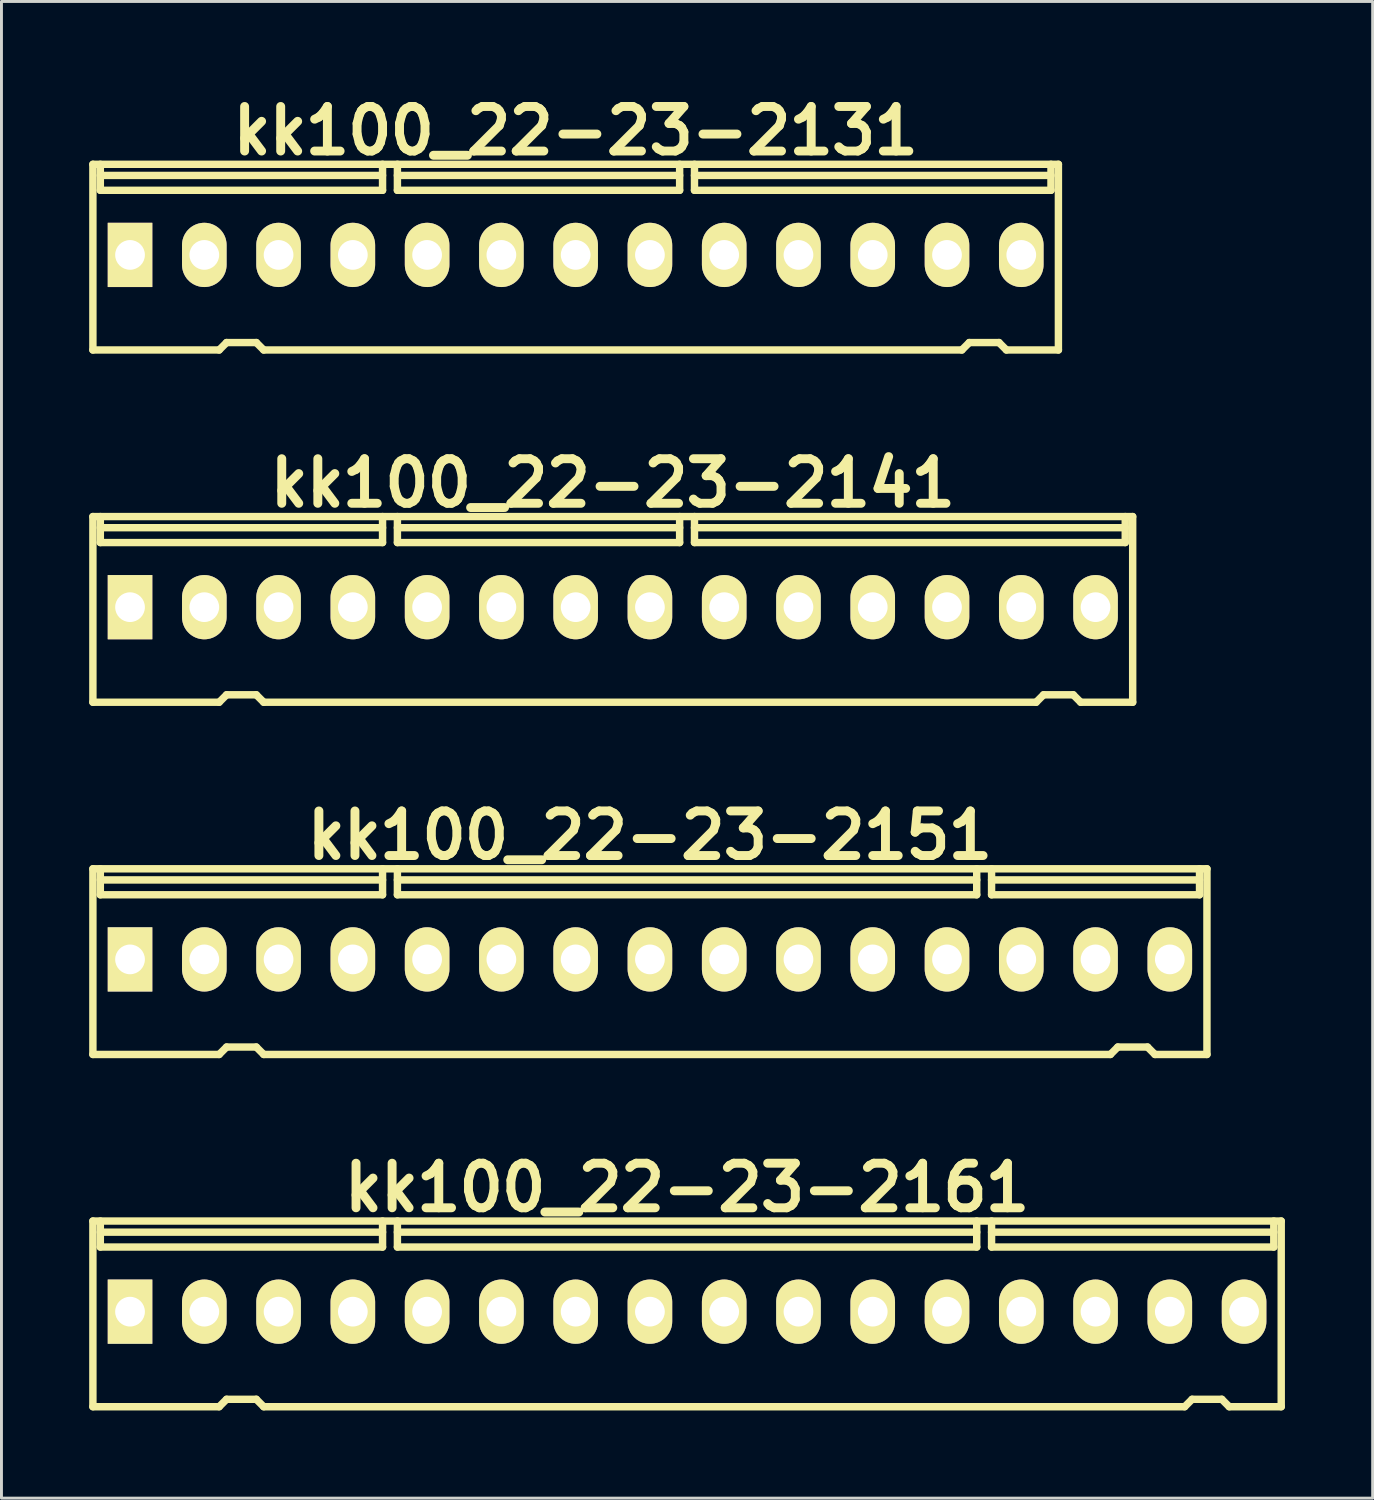
<source format=kicad_pcb>
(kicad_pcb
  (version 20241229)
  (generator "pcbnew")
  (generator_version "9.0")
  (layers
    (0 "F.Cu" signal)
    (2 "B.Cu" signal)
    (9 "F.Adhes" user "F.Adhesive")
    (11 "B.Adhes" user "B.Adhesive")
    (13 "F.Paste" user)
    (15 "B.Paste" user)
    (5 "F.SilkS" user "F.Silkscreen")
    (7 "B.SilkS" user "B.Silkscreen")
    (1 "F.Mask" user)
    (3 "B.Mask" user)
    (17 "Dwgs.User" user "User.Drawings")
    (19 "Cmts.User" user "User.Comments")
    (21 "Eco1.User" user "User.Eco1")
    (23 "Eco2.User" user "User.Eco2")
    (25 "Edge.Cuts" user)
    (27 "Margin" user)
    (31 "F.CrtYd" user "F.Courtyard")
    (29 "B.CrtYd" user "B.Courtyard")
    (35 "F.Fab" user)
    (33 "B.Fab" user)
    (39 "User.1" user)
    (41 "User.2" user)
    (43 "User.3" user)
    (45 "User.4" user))
  (footprint "kk100_22-23-2161"
    (layer "F.Cu")
    (at 20.447 41.884)
    (property "Reference" "kk100_22-23-2161" (at 0 -4.318 0) (layer "F.SilkS") (effects (font (size 1.524 1.524) (thickness 0.305))))
    (attr through_hole)
    (fp_line (start -20.32 3.175) (end -20.32 -3.175) (stroke (width 0.254) (type solid)) (layer "F.SilkS"))
    (fp_line (start -20.066 -2.286) (end -20.066 -3.175) (stroke (width 0.254) (type solid)) (layer "F.SilkS"))
    (fp_line (start -16.002 3.175) (end -20.32 3.175) (stroke (width 0.254) (type solid)) (layer "F.SilkS"))
    (fp_line (start -15.748 2.921) (end -16.002 3.175) (stroke (width 0.254) (type solid)) (layer "F.SilkS"))
    (fp_line (start -15.748 2.921) (end -14.732 2.921) (stroke (width 0.254) (type solid)) (layer "F.SilkS"))
    (fp_line (start -14.732 2.921) (end -14.478 3.175) (stroke (width 0.254) (type solid)) (layer "F.SilkS"))
    (fp_line (start -14.478 3.175) (end 17.018 3.175) (stroke (width 0.254) (type solid)) (layer "F.SilkS"))
    (fp_line (start -10.414 -2.794) (end -20.066 -2.794) (stroke (width 0.254) (type solid)) (layer "F.SilkS"))
    (fp_line (start -10.414 -2.286) (end -20.066 -2.286) (stroke (width 0.254) (type solid)) (layer "F.SilkS"))
    (fp_line (start -10.414 -2.286) (end -10.414 -3.175) (stroke (width 0.254) (type solid)) (layer "F.SilkS"))
    (fp_line (start -9.906 -2.794) (end 9.906 -2.794) (stroke (width 0.254) (type solid)) (layer "F.SilkS"))
    (fp_line (start -9.906 -2.286) (end -9.906 -3.175) (stroke (width 0.254) (type solid)) (layer "F.SilkS"))
    (fp_line (start 9.906 -2.286) (end -9.906 -2.286) (stroke (width 0.254) (type solid)) (layer "F.SilkS"))
    (fp_line (start 9.906 -2.286) (end 9.906 -3.175) (stroke (width 0.254) (type solid)) (layer "F.SilkS"))
    (fp_line (start 10.414 -2.794) (end 20.066 -2.794) (stroke (width 0.254) (type solid)) (layer "F.SilkS"))
    (fp_line (start 10.414 -2.286) (end 10.414 -3.175) (stroke (width 0.254) (type solid)) (layer "F.SilkS"))
    (fp_line (start 10.414 -2.286) (end 20.066 -2.286) (stroke (width 0.254) (type solid)) (layer "F.SilkS"))
    (fp_line (start 17.272 2.921) (end 17.018 3.175) (stroke (width 0.254) (type solid)) (layer "F.SilkS"))
    (fp_line (start 17.272 2.921) (end 18.288 2.921) (stroke (width 0.254) (type solid)) (layer "F.SilkS"))
    (fp_line (start 18.288 2.921) (end 18.542 3.175) (stroke (width 0.254) (type solid)) (layer "F.SilkS"))
    (fp_line (start 18.542 3.175) (end 20.32 3.175) (stroke (width 0.254) (type solid)) (layer "F.SilkS"))
    (fp_line (start 20.066 -2.286) (end 20.066 -3.175) (stroke (width 0.254) (type solid)) (layer "F.SilkS"))
    (fp_line (start 20.32 -3.175) (end -20.32 -3.175) (stroke (width 0.254) (type solid)) (layer "F.SilkS"))
    (fp_line (start 20.32 -3.175) (end 20.32 3.175) (stroke (width 0.254) (type solid)) (layer "F.SilkS"))
    (pad "1" thru_hole rect (at -19.05 -0.076) (size 1.524 2.197) (drill 1.016) (layers "*.Cu" "*.Mask" "F.SilkS"))
    (pad "2" thru_hole oval (at -16.51 -0.076) (size 1.524 2.197) (drill 1.016) (layers "*.Cu" "*.Mask" "F.SilkS"))
    (pad "3" thru_hole oval (at -13.97 -0.076) (size 1.524 2.197) (drill 1.016) (layers "*.Cu" "*.Mask" "F.SilkS"))
    (pad "4" thru_hole oval (at -11.43 -0.076) (size 1.524 2.197) (drill 1.016) (layers "*.Cu" "*.Mask" "F.SilkS"))
    (pad "5" thru_hole oval (at -8.89 -0.076) (size 1.524 2.197) (drill 1.016) (layers "*.Cu" "*.Mask" "F.SilkS"))
    (pad "6" thru_hole oval (at -6.35 -0.076) (size 1.524 2.197) (drill 1.016) (layers "*.Cu" "*.Mask" "F.SilkS"))
    (pad "7" thru_hole oval (at -3.81 -0.076) (size 1.524 2.197) (drill 1.016) (layers "*.Cu" "*.Mask" "F.SilkS"))
    (pad "8" thru_hole oval (at -1.27 -0.076) (size 1.524 2.197) (drill 1.016) (layers "*.Cu" "*.Mask" "F.SilkS"))
    (pad "9" thru_hole oval (at 1.27 -0.076) (size 1.524 2.197) (drill 1.016) (layers "*.Cu" "*.Mask" "F.SilkS"))
    (pad "10" thru_hole oval (at 3.81 -0.076) (size 1.524 2.197) (drill 1.016) (layers "*.Cu" "*.Mask" "F.SilkS"))
    (pad "11" thru_hole oval (at 6.35 -0.076) (size 1.524 2.197) (drill 1.016) (layers "*.Cu" "*.Mask" "F.SilkS"))
    (pad "12" thru_hole oval (at 8.89 -0.076) (size 1.524 2.197) (drill 1.016) (layers "*.Cu" "*.Mask" "F.SilkS"))
    (pad "13" thru_hole oval (at 11.43 -0.076) (size 1.524 2.197) (drill 1.016) (layers "*.Cu" "*.Mask" "F.SilkS"))
    (pad "14" thru_hole oval (at 13.97 -0.076) (size 1.524 2.197) (drill 1.016) (layers "*.Cu" "*.Mask" "F.SilkS"))
    (pad "15" thru_hole oval (at 16.51 -0.076) (size 1.524 2.197) (drill 1.016) (layers "*.Cu" "*.Mask" "F.SilkS"))
    (pad "16" thru_hole oval (at 19.05 -0.076) (size 1.524 2.197) (drill 1.016) (layers "*.Cu" "*.Mask" "F.SilkS")))
  (footprint "kk100_22-23-2141"
    (layer "F.Cu")
    (at 17.907 17.791)
    (property "Reference" "kk100_22-23-2141" (at 0 -4.318 0) (layer "F.SilkS") (effects (font (size 1.524 1.524) (thickness 0.305))))
    (attr through_hole)
    (fp_line (start -17.78 -3.175) (end 17.78 -3.175) (stroke (width 0.254) (type solid)) (layer "F.SilkS"))
    (fp_line (start -17.78 3.175) (end -17.78 -3.175) (stroke (width 0.254) (type solid)) (layer "F.SilkS"))
    (fp_line (start -17.526 -2.286) (end -17.526 -3.175) (stroke (width 0.254) (type solid)) (layer "F.SilkS"))
    (fp_line (start -13.462 3.175) (end -17.78 3.175) (stroke (width 0.254) (type solid)) (layer "F.SilkS"))
    (fp_line (start -13.208 2.921) (end -13.462 3.175) (stroke (width 0.254) (type solid)) (layer "F.SilkS"))
    (fp_line (start -13.208 2.921) (end -12.192 2.921) (stroke (width 0.254) (type solid)) (layer "F.SilkS"))
    (fp_line (start -12.192 2.921) (end -11.938 3.175) (stroke (width 0.254) (type solid)) (layer "F.SilkS"))
    (fp_line (start -11.938 3.175) (end 14.478 3.175) (stroke (width 0.254) (type solid)) (layer "F.SilkS"))
    (fp_line (start -7.874 -2.794) (end -17.526 -2.794) (stroke (width 0.254) (type solid)) (layer "F.SilkS"))
    (fp_line (start -7.874 -2.286) (end -17.526 -2.286) (stroke (width 0.254) (type solid)) (layer "F.SilkS"))
    (fp_line (start -7.874 -2.286) (end -7.874 -3.175) (stroke (width 0.254) (type solid)) (layer "F.SilkS"))
    (fp_line (start -7.366 -2.794) (end 2.286 -2.794) (stroke (width 0.254) (type solid)) (layer "F.SilkS"))
    (fp_line (start -7.366 -2.286) (end -7.366 -3.175) (stroke (width 0.254) (type solid)) (layer "F.SilkS"))
    (fp_line (start -7.366 -2.286) (end 2.286 -2.286) (stroke (width 0.254) (type solid)) (layer "F.SilkS"))
    (fp_line (start 2.286 -2.286) (end 2.286 -3.175) (stroke (width 0.254) (type solid)) (layer "F.SilkS"))
    (fp_line (start 2.794 -2.794) (end 17.526 -2.794) (stroke (width 0.254) (type solid)) (layer "F.SilkS"))
    (fp_line (start 2.794 -2.286) (end 2.794 -3.175) (stroke (width 0.254) (type solid)) (layer "F.SilkS"))
    (fp_line (start 14.732 2.921) (end 14.478 3.175) (stroke (width 0.254) (type solid)) (layer "F.SilkS"))
    (fp_line (start 14.732 2.921) (end 15.748 2.921) (stroke (width 0.254) (type solid)) (layer "F.SilkS"))
    (fp_line (start 15.748 2.921) (end 16.002 3.175) (stroke (width 0.254) (type solid)) (layer "F.SilkS"))
    (fp_line (start 16.002 3.175) (end 17.78 3.175) (stroke (width 0.254) (type solid)) (layer "F.SilkS"))
    (fp_line (start 17.526 -2.286) (end 2.794 -2.286) (stroke (width 0.254) (type solid)) (layer "F.SilkS"))
    (fp_line (start 17.526 -2.286) (end 17.526 -3.175) (stroke (width 0.254) (type solid)) (layer "F.SilkS"))
    (fp_line (start 17.78 -3.175) (end 17.78 3.175) (stroke (width 0.254) (type solid)) (layer "F.SilkS"))
    (pad "1" thru_hole rect (at -16.51 -0.076) (size 1.524 2.197) (drill 1.016) (layers "*.Cu" "*.Mask" "F.SilkS"))
    (pad "2" thru_hole oval (at -13.97 -0.076) (size 1.524 2.197) (drill 1.016) (layers "*.Cu" "*.Mask" "F.SilkS"))
    (pad "3" thru_hole oval (at -11.43 -0.076) (size 1.524 2.197) (drill 1.016) (layers "*.Cu" "*.Mask" "F.SilkS"))
    (pad "4" thru_hole oval (at -8.89 -0.076) (size 1.524 2.197) (drill 1.016) (layers "*.Cu" "*.Mask" "F.SilkS"))
    (pad "5" thru_hole oval (at -6.35 -0.076) (size 1.524 2.197) (drill 1.016) (layers "*.Cu" "*.Mask" "F.SilkS"))
    (pad "6" thru_hole oval (at -3.81 -0.076) (size 1.524 2.197) (drill 1.016) (layers "*.Cu" "*.Mask" "F.SilkS"))
    (pad "7" thru_hole oval (at -1.27 -0.076) (size 1.524 2.197) (drill 1.016) (layers "*.Cu" "*.Mask" "F.SilkS"))
    (pad "8" thru_hole oval (at 1.27 -0.076) (size 1.524 2.197) (drill 1.016) (layers "*.Cu" "*.Mask" "F.SilkS"))
    (pad "9" thru_hole oval (at 3.81 -0.076) (size 1.524 2.197) (drill 1.016) (layers "*.Cu" "*.Mask" "F.SilkS"))
    (pad "10" thru_hole oval (at 6.35 -0.076) (size 1.524 2.197) (drill 1.016) (layers "*.Cu" "*.Mask" "F.SilkS"))
    (pad "11" thru_hole oval (at 8.89 -0.076) (size 1.524 2.197) (drill 1.016) (layers "*.Cu" "*.Mask" "F.SilkS"))
    (pad "12" thru_hole oval (at 11.43 -0.076) (size 1.524 2.197) (drill 1.016) (layers "*.Cu" "*.Mask" "F.SilkS"))
    (pad "13" thru_hole oval (at 13.97 -0.076) (size 1.524 2.197) (drill 1.016) (layers "*.Cu" "*.Mask" "F.SilkS"))
    (pad "14" thru_hole oval (at 16.51 -0.076) (size 1.524 2.197) (drill 1.016) (layers "*.Cu" "*.Mask" "F.SilkS")))
  (footprint "kk100_22-23-2151"
    (layer "F.Cu")
    (at 19.177 29.837)
    (property "Reference" "kk100_22-23-2151" (at 0 -4.318 0) (layer "F.SilkS") (effects (font (size 1.524 1.524) (thickness 0.305))))
    (attr through_hole)
    (fp_line (start -19.05 3.175) (end -19.05 -3.175) (stroke (width 0.254) (type solid)) (layer "F.SilkS"))
    (fp_line (start -18.796 -2.286) (end -18.796 -3.175) (stroke (width 0.254) (type solid)) (layer "F.SilkS"))
    (fp_line (start -14.732 3.175) (end -19.05 3.175) (stroke (width 0.254) (type solid)) (layer "F.SilkS"))
    (fp_line (start -14.478 2.921) (end -14.732 3.175) (stroke (width 0.254) (type solid)) (layer "F.SilkS"))
    (fp_line (start -14.478 2.921) (end -13.462 2.921) (stroke (width 0.254) (type solid)) (layer "F.SilkS"))
    (fp_line (start -13.462 2.921) (end -13.208 3.175) (stroke (width 0.254) (type solid)) (layer "F.SilkS"))
    (fp_line (start -13.208 3.175) (end 15.748 3.175) (stroke (width 0.254) (type solid)) (layer "F.SilkS"))
    (fp_line (start -9.144 -2.794) (end -18.796 -2.794) (stroke (width 0.254) (type solid)) (layer "F.SilkS"))
    (fp_line (start -9.144 -2.286) (end -18.796 -2.286) (stroke (width 0.254) (type solid)) (layer "F.SilkS"))
    (fp_line (start -9.144 -2.286) (end -9.144 -3.175) (stroke (width 0.254) (type solid)) (layer "F.SilkS"))
    (fp_line (start -8.636 -2.794) (end 11.176 -2.794) (stroke (width 0.254) (type solid)) (layer "F.SilkS"))
    (fp_line (start -8.636 -2.286) (end -8.636 -3.175) (stroke (width 0.254) (type solid)) (layer "F.SilkS"))
    (fp_line (start 11.176 -2.286) (end -8.636 -2.286) (stroke (width 0.254) (type solid)) (layer "F.SilkS"))
    (fp_line (start 11.176 -2.286) (end 11.176 -3.175) (stroke (width 0.254) (type solid)) (layer "F.SilkS"))
    (fp_line (start 11.684 -2.794) (end 18.796 -2.794) (stroke (width 0.254) (type solid)) (layer "F.SilkS"))
    (fp_line (start 11.684 -2.286) (end 11.684 -3.175) (stroke (width 0.254) (type solid)) (layer "F.SilkS"))
    (fp_line (start 11.684 -2.286) (end 18.796 -2.286) (stroke (width 0.254) (type solid)) (layer "F.SilkS"))
    (fp_line (start 16.002 2.921) (end 15.748 3.175) (stroke (width 0.254) (type solid)) (layer "F.SilkS"))
    (fp_line (start 16.002 2.921) (end 17.018 2.921) (stroke (width 0.254) (type solid)) (layer "F.SilkS"))
    (fp_line (start 17.018 2.921) (end 17.272 3.175) (stroke (width 0.254) (type solid)) (layer "F.SilkS"))
    (fp_line (start 17.272 3.175) (end 19.05 3.175) (stroke (width 0.254) (type solid)) (layer "F.SilkS"))
    (fp_line (start 18.796 -2.286) (end 18.796 -3.175) (stroke (width 0.254) (type solid)) (layer "F.SilkS"))
    (fp_line (start 19.05 -3.175) (end -19.05 -3.175) (stroke (width 0.254) (type solid)) (layer "F.SilkS"))
    (fp_line (start 19.05 -3.175) (end 19.05 3.175) (stroke (width 0.254) (type solid)) (layer "F.SilkS"))
    (pad "1" thru_hole rect (at -17.78 -0.076) (size 1.524 2.197) (drill 1.016) (layers "*.Cu" "*.Mask" "F.SilkS"))
    (pad "2" thru_hole oval (at -15.24 -0.076) (size 1.524 2.197) (drill 1.016) (layers "*.Cu" "*.Mask" "F.SilkS"))
    (pad "3" thru_hole oval (at -12.7 -0.076) (size 1.524 2.197) (drill 1.016) (layers "*.Cu" "*.Mask" "F.SilkS"))
    (pad "4" thru_hole oval (at -10.16 -0.076) (size 1.524 2.197) (drill 1.016) (layers "*.Cu" "*.Mask" "F.SilkS"))
    (pad "5" thru_hole oval (at -7.62 -0.076) (size 1.524 2.197) (drill 1.016) (layers "*.Cu" "*.Mask" "F.SilkS"))
    (pad "6" thru_hole oval (at -5.08 -0.076) (size 1.524 2.197) (drill 1.016) (layers "*.Cu" "*.Mask" "F.SilkS"))
    (pad "7" thru_hole oval (at -2.54 -0.076) (size 1.524 2.197) (drill 1.016) (layers "*.Cu" "*.Mask" "F.SilkS"))
    (pad "8" thru_hole oval (at 0 -0.076) (size 1.524 2.197) (drill 1.016) (layers "*.Cu" "*.Mask" "F.SilkS"))
    (pad "9" thru_hole oval (at 2.54 -0.076) (size 1.524 2.197) (drill 1.016) (layers "*.Cu" "*.Mask" "F.SilkS"))
    (pad "10" thru_hole oval (at 5.08 -0.076) (size 1.524 2.197) (drill 1.016) (layers "*.Cu" "*.Mask" "F.SilkS"))
    (pad "11" thru_hole oval (at 7.62 -0.076) (size 1.524 2.197) (drill 1.016) (layers "*.Cu" "*.Mask" "F.SilkS"))
    (pad "12" thru_hole oval (at 10.16 -0.076) (size 1.524 2.197) (drill 1.016) (layers "*.Cu" "*.Mask" "F.SilkS"))
    (pad "13" thru_hole oval (at 12.7 -0.076) (size 1.524 2.197) (drill 1.016) (layers "*.Cu" "*.Mask" "F.SilkS"))
    (pad "14" thru_hole oval (at 15.24 -0.076) (size 1.524 2.197) (drill 1.016) (layers "*.Cu" "*.Mask" "F.SilkS"))
    (pad "15" thru_hole oval (at 17.78 -0.076) (size 1.524 2.197) (drill 1.016) (layers "*.Cu" "*.Mask" "F.SilkS")))
  (footprint "kk100_22-23-2131"
    (layer "F.Cu")
    (at 16.637 5.744)
    (property "Reference" "kk100_22-23-2131" (at 0 -4.318 0) (layer "F.SilkS") (effects (font (size 1.524 1.524) (thickness 0.305))))
    (attr through_hole)
    (fp_line (start -16.51 3.175) (end -16.51 -3.175) (stroke (width 0.254) (type solid)) (layer "F.SilkS"))
    (fp_line (start -16.256 -2.286) (end -16.256 -3.175) (stroke (width 0.254) (type solid)) (layer "F.SilkS"))
    (fp_line (start -12.192 3.175) (end -16.51 3.175) (stroke (width 0.254) (type solid)) (layer "F.SilkS"))
    (fp_line (start -11.938 2.921) (end -12.192 3.175) (stroke (width 0.254) (type solid)) (layer "F.SilkS"))
    (fp_line (start -11.938 2.921) (end -10.922 2.921) (stroke (width 0.254) (type solid)) (layer "F.SilkS"))
    (fp_line (start -10.922 2.921) (end -10.668 3.175) (stroke (width 0.254) (type solid)) (layer "F.SilkS"))
    (fp_line (start -10.668 3.175) (end 13.208 3.175) (stroke (width 0.254) (type solid)) (layer "F.SilkS"))
    (fp_line (start -6.604 -2.794) (end -16.256 -2.794) (stroke (width 0.254) (type solid)) (layer "F.SilkS"))
    (fp_line (start -6.604 -2.286) (end -16.256 -2.286) (stroke (width 0.254) (type solid)) (layer "F.SilkS"))
    (fp_line (start -6.604 -2.286) (end -6.604 -3.175) (stroke (width 0.254) (type solid)) (layer "F.SilkS"))
    (fp_line (start -6.096 -2.794) (end 3.556 -2.794) (stroke (width 0.254) (type solid)) (layer "F.SilkS"))
    (fp_line (start -6.096 -2.286) (end -6.096 -3.175) (stroke (width 0.254) (type solid)) (layer "F.SilkS"))
    (fp_line (start -6.096 -2.286) (end 3.556 -2.286) (stroke (width 0.254) (type solid)) (layer "F.SilkS"))
    (fp_line (start 3.556 -2.286) (end 3.556 -3.175) (stroke (width 0.254) (type solid)) (layer "F.SilkS"))
    (fp_line (start 4.064 -2.794) (end 16.256 -2.794) (stroke (width 0.254) (type solid)) (layer "F.SilkS"))
    (fp_line (start 4.064 -2.286) (end 4.064 -3.175) (stroke (width 0.254) (type solid)) (layer "F.SilkS"))
    (fp_line (start 4.064 -2.286) (end 16.256 -2.286) (stroke (width 0.254) (type solid)) (layer "F.SilkS"))
    (fp_line (start 13.462 2.921) (end 13.208 3.175) (stroke (width 0.254) (type solid)) (layer "F.SilkS"))
    (fp_line (start 13.462 2.921) (end 14.478 2.921) (stroke (width 0.254) (type solid)) (layer "F.SilkS"))
    (fp_line (start 14.478 2.921) (end 14.732 3.175) (stroke (width 0.254) (type solid)) (layer "F.SilkS"))
    (fp_line (start 14.732 3.175) (end 16.51 3.175) (stroke (width 0.254) (type solid)) (layer "F.SilkS"))
    (fp_line (start 16.256 -2.286) (end 16.256 -3.175) (stroke (width 0.254) (type solid)) (layer "F.SilkS"))
    (fp_line (start 16.51 -3.175) (end -16.51 -3.175) (stroke (width 0.254) (type solid)) (layer "F.SilkS"))
    (fp_line (start 16.51 -3.175) (end 16.51 3.175) (stroke (width 0.254) (type solid)) (layer "F.SilkS"))
    (pad "1" thru_hole rect (at -15.24 -0.076) (size 1.524 2.197) (drill 1.016) (layers "*.Cu" "*.Mask" "F.SilkS"))
    (pad "2" thru_hole oval (at -12.7 -0.076) (size 1.524 2.197) (drill 1.016) (layers "*.Cu" "*.Mask" "F.SilkS"))
    (pad "3" thru_hole oval (at -10.16 -0.076) (size 1.524 2.197) (drill 1.016) (layers "*.Cu" "*.Mask" "F.SilkS"))
    (pad "4" thru_hole oval (at -7.62 -0.076) (size 1.524 2.197) (drill 1.016) (layers "*.Cu" "*.Mask" "F.SilkS"))
    (pad "5" thru_hole oval (at -5.08 -0.076) (size 1.524 2.197) (drill 1.016) (layers "*.Cu" "*.Mask" "F.SilkS"))
    (pad "6" thru_hole oval (at -2.54 -0.076) (size 1.524 2.197) (drill 1.016) (layers "*.Cu" "*.Mask" "F.SilkS"))
    (pad "7" thru_hole oval (at 0 -0.076) (size 1.524 2.197) (drill 1.016) (layers "*.Cu" "*.Mask" "F.SilkS"))
    (pad "8" thru_hole oval (at 2.54 -0.076) (size 1.524 2.197) (drill 1.016) (layers "*.Cu" "*.Mask" "F.SilkS"))
    (pad "9" thru_hole oval (at 5.08 -0.076) (size 1.524 2.197) (drill 1.016) (layers "*.Cu" "*.Mask" "F.SilkS"))
    (pad "10" thru_hole oval (at 7.62 -0.076) (size 1.524 2.197) (drill 1.016) (layers "*.Cu" "*.Mask" "F.SilkS"))
    (pad "11" thru_hole oval (at 10.16 -0.076) (size 1.524 2.197) (drill 1.016) (layers "*.Cu" "*.Mask" "F.SilkS"))
    (pad "12" thru_hole oval (at 12.7 -0.076) (size 1.524 2.197) (drill 1.016) (layers "*.Cu" "*.Mask" "F.SilkS"))
    (pad "13" thru_hole oval (at 15.24 -0.076) (size 1.524 2.197) (drill 1.016) (layers "*.Cu" "*.Mask" "F.SilkS")))
  (gr_rect
    (start -3 -3)
    (end 43.894 48.186)
    (stroke (width 0.1) (type default))
    (fill no)
    (layer "Edge.Cuts")))
</source>
